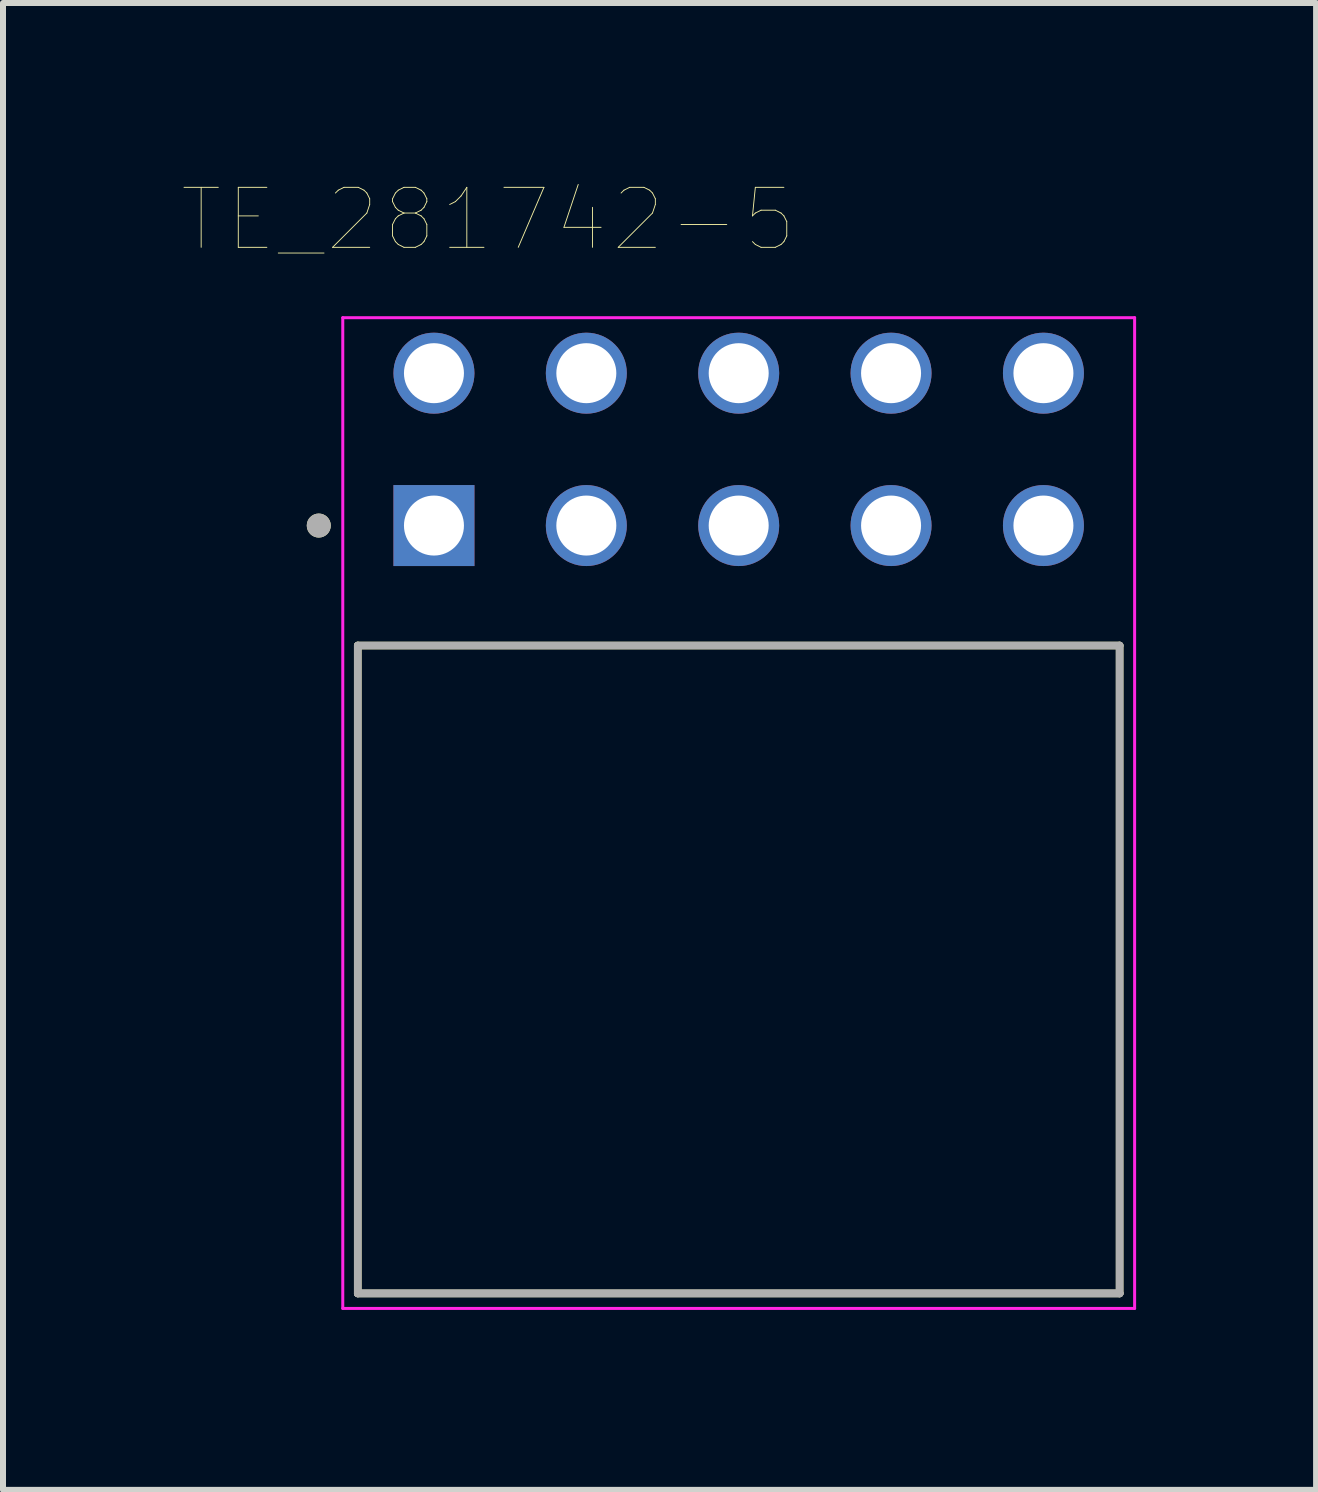
<source format=kicad_pcb>
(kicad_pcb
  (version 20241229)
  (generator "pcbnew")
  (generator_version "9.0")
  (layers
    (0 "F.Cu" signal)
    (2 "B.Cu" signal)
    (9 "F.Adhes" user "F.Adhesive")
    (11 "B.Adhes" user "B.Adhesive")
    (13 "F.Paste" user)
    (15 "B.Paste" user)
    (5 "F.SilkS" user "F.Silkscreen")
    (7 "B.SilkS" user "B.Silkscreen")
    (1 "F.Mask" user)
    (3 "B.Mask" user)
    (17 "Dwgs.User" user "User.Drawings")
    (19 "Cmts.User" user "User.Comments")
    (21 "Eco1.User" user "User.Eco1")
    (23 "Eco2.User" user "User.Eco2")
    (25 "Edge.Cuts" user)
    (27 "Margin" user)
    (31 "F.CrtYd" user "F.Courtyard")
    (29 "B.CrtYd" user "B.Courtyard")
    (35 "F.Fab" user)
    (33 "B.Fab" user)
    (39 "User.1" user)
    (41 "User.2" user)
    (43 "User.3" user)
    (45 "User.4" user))
  (footprint "TE_281742-5"
    (layer "F.Cu")
    (at 4.184 5.711)
    (property "Reference" "TE_281742-5" (at 0.905 -5.1 0) (layer "F.SilkS") (effects (font (size 1 1) (thickness 0.015))))
    (attr through_hole)
    (fp_line (start -1.27 12.8) (end -1.27 2) (stroke (width 0.127) (type solid)) (layer "F.SilkS"))
    (fp_line (start 11.43 2) (end -1.27 2) (stroke (width 0.127) (type solid)) (layer "F.SilkS"))
    (fp_line (start 11.43 2) (end 11.43 12.8) (stroke (width 0.127) (type solid)) (layer "F.SilkS"))
    (fp_line (start 11.43 12.8) (end -1.27 12.8) (stroke (width 0.127) (type solid)) (layer "F.SilkS"))
    (fp_circle (center -1.92 0) (end -1.82 0) (stroke (width 0.2) (type solid)) (fill no) (layer "F.SilkS"))
    (fp_line (start -1.52 -3.465) (end 11.68 -3.465) (stroke (width 0.05) (type solid)) (layer "F.CrtYd"))
    (fp_line (start -1.52 13.05) (end -1.52 -3.465) (stroke (width 0.05) (type solid)) (layer "F.CrtYd"))
    (fp_line (start 11.68 -3.465) (end 11.68 13.05) (stroke (width 0.05) (type solid)) (layer "F.CrtYd"))
    (fp_line (start 11.68 13.05) (end -1.52 13.05) (stroke (width 0.05) (type solid)) (layer "F.CrtYd"))
    (fp_line (start -1.27 2) (end 11.43 2) (stroke (width 0.127) (type solid)) (layer "F.Fab"))
    (fp_line (start -1.27 12.8) (end -1.27 2) (stroke (width 0.127) (type solid)) (layer "F.Fab"))
    (fp_line (start -1.27 12.8) (end -1.27 12.8) (stroke (width 0.127) (type solid)) (layer "F.Fab"))
    (fp_line (start -1.27 12.8) (end 11.43 12.8) (stroke (width 0.127) (type solid)) (layer "F.Fab"))
    (fp_line (start 11.43 2) (end 11.43 12.8) (stroke (width 0.127) (type solid)) (layer "F.Fab"))
    (fp_line (start 11.43 12.8) (end -1.27 12.8) (stroke (width 0.127) (type solid)) (layer "F.Fab"))
    (fp_line (start 11.43 12.8) (end 11.43 12.8) (stroke (width 0.127) (type solid)) (layer "F.Fab"))
    (fp_circle (center -1.92 0) (end -1.82 0) (stroke (width 0.2) (type solid)) (fill no) (layer "F.Fab"))
    (pad "1" thru_hole rect (at 0 0) (size 1.35 1.35) (drill 1) (layers "*.Cu" "*.Mask"))
    (pad "2" thru_hole circle (at 0 -2.54) (size 1.35 1.35) (drill 1) (layers "*.Cu" "*.Mask"))
    (pad "3" thru_hole circle (at 2.54 0) (size 1.35 1.35) (drill 1) (layers "*.Cu" "*.Mask"))
    (pad "4" thru_hole circle (at 2.54 -2.54) (size 1.35 1.35) (drill 1) (layers "*.Cu" "*.Mask"))
    (pad "5" thru_hole circle (at 5.08 0) (size 1.35 1.35) (drill 1) (layers "*.Cu" "*.Mask"))
    (pad "6" thru_hole circle (at 5.08 -2.54) (size 1.35 1.35) (drill 1) (layers "*.Cu" "*.Mask"))
    (pad "7" thru_hole circle (at 7.62 0) (size 1.35 1.35) (drill 1) (layers "*.Cu" "*.Mask"))
    (pad "8" thru_hole circle (at 7.62 -2.54) (size 1.35 1.35) (drill 1) (layers "*.Cu" "*.Mask"))
    (pad "9" thru_hole circle (at 10.16 0) (size 1.35 1.35) (drill 1) (layers "*.Cu" "*.Mask"))
    (pad "10" thru_hole circle (at 10.16 -2.54) (size 1.35 1.35) (drill 1) (layers "*.Cu" "*.Mask")))
  (gr_rect
    (start -3 -3)
    (end 18.889 21.786)
    (stroke (width 0.1) (type default))
    (fill no)
    (layer "Edge.Cuts")))
</source>
